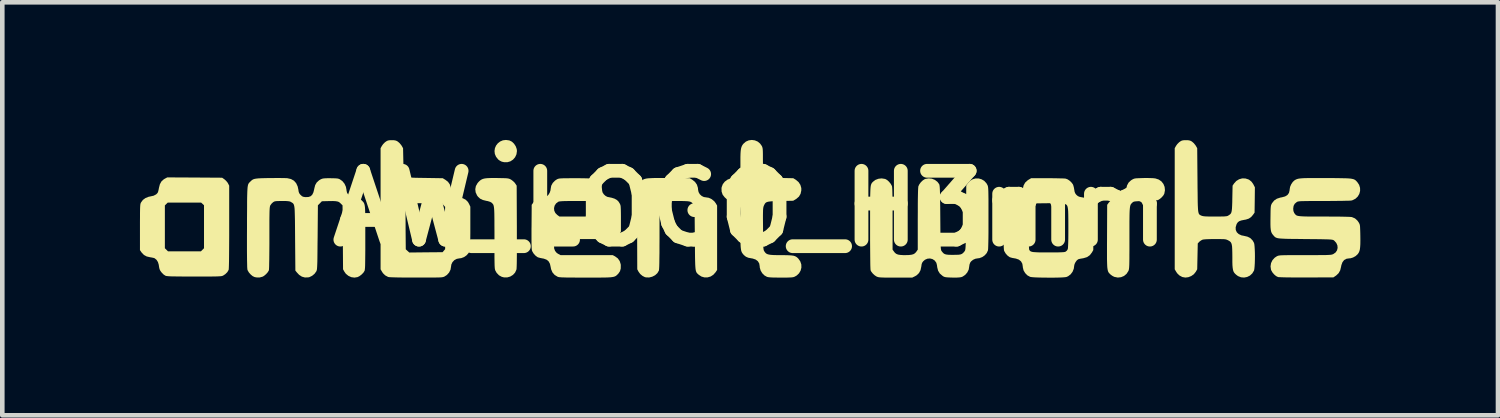
<source format=kicad_pcb>
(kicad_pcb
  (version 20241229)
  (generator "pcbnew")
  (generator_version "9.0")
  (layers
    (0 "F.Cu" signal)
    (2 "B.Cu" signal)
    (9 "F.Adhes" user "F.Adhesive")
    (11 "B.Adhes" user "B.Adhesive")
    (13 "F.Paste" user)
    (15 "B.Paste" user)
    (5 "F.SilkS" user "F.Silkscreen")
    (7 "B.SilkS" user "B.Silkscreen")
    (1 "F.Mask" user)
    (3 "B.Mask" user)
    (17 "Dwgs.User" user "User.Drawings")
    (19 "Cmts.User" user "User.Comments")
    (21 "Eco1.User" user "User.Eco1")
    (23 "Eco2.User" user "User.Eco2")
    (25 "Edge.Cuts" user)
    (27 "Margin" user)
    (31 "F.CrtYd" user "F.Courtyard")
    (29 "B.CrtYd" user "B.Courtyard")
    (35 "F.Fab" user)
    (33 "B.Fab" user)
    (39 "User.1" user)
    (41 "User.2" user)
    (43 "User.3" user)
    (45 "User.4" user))
  (footprint "AW_LOGO_H3mm"
    (layer "F.Cu")
    (at 13.296 1.494)
    (property "Reference" "AW_LOGO_H3mm" (at 0 0 0) (layer "F.SilkS") (effects (font (size 1.5 1.5) (thickness 0.3))))
    (attr board_only exclude_from_pos_files exclude_from_bom)
    (fp_poly (pts (xy -5.246 -1.484) (xy -5.244 -1.483) (xy -5.191 -1.457) (xy -5.144 -1.413) (xy -5.107 -1.357) (xy -5.085 -1.296) (xy -5.08 -1.253) (xy -5.091 -1.18) (xy -5.121 -1.116) (xy -5.166 -1.065) (xy -5.223 -1.028) (xy -5.288 -1.009) (xy -5.359 -1.009) (xy -5.411 -1.021) (xy -5.451 -1.041) (xy -5.487 -1.067) (xy -5.49 -1.07) (xy -5.536 -1.128) (xy -5.562 -1.19) (xy -5.569 -1.253) (xy -5.56 -1.315) (xy -5.535 -1.372) (xy -5.497 -1.421) (xy -5.447 -1.46) (xy -5.387 -1.486) (xy -5.32 -1.494)) (stroke (width 0) (type solid)) (fill yes) (layer "F.SilkS"))
    (fp_poly (pts (xy -5.49 -0.664) (xy -5.411 -0.662) (xy -5.352 -0.661) (xy -5.309 -0.659) (xy -5.277 -0.655) (xy -5.254 -0.65) (xy -5.235 -0.643) (xy -5.217 -0.634) (xy -5.205 -0.627) (xy -5.166 -0.598) (xy -5.13 -0.563) (xy -5.118 -0.546) (xy -5.086 -0.498) (xy -5.082 0.396) (xy -5.082 0.585) (xy -5.082 0.751) (xy -5.082 0.895) (xy -5.082 1.018) (xy -5.083 1.12) (xy -5.084 1.201) (xy -5.086 1.263) (xy -5.088 1.306) (xy -5.091 1.33) (xy -5.092 1.334) (xy -5.121 1.397) (xy -5.167 1.447) (xy -5.226 1.483) (xy -5.293 1.502) (xy -5.363 1.501) (xy -5.411 1.489) (xy -5.471 1.456) (xy -5.522 1.403) (xy -5.547 1.36) (xy -5.552 1.35) (xy -5.556 1.337) (xy -5.56 1.322) (xy -5.563 1.302) (xy -5.565 1.275) (xy -5.567 1.24) (xy -5.568 1.193) (xy -5.569 1.134) (xy -5.57 1.061) (xy -5.57 0.971) (xy -5.57 0.863) (xy -5.57 0.735) (xy -5.57 0.638) (xy -5.57 0.492) (xy -5.571 0.368) (xy -5.571 0.263) (xy -5.572 0.176) (xy -5.573 0.105) (xy -5.575 0.048) (xy -5.578 0.003) (xy -5.582 -0.032) (xy -5.587 -0.058) (xy -5.593 -0.077) (xy -5.6 -0.092) (xy -5.61 -0.104) (xy -5.621 -0.116) (xy -5.631 -0.126) (xy -5.664 -0.145) (xy -5.715 -0.161) (xy -5.748 -0.167) (xy -5.824 -0.186) (xy -5.882 -0.214) (xy -5.927 -0.255) (xy -5.949 -0.284) (xy -5.98 -0.352) (xy -5.988 -0.421) (xy -5.975 -0.489) (xy -5.939 -0.553) (xy -5.911 -0.585) (xy -5.883 -0.611) (xy -5.855 -0.63) (xy -5.822 -0.645) (xy -5.781 -0.655) (xy -5.73 -0.661) (xy -5.665 -0.664) (xy -5.583 -0.665)) (stroke (width 0) (type solid)) (fill yes) (layer "F.SilkS"))
    (fp_poly (pts (xy 8.722 -0.663) (xy 8.783 -0.661) (xy 8.827 -0.656) (xy 8.834 -0.655) (xy 8.907 -0.631) (xy 8.966 -0.59) (xy 9.009 -0.535) (xy 9.035 -0.47) (xy 9.042 -0.398) (xy 9.028 -0.323) (xy 9.008 -0.286) (xy 8.974 -0.246) (xy 8.933 -0.21) (xy 8.892 -0.185) (xy 8.889 -0.184) (xy 8.867 -0.179) (xy 8.825 -0.175) (xy 8.766 -0.171) (xy 8.693 -0.167) (xy 8.611 -0.164) (xy 8.529 -0.162) (xy 8.467 -0.16) (xy 8.421 -0.157) (xy 8.389 -0.154) (xy 8.368 -0.15) (xy 8.353 -0.144) (xy 8.341 -0.137) (xy 8.332 -0.128) (xy 8.319 -0.116) (xy 8.308 -0.104) (xy 8.298 -0.091) (xy 8.29 -0.074) (xy 8.284 -0.052) (xy 8.279 -0.023) (xy 8.275 0.015) (xy 8.272 0.064) (xy 8.27 0.125) (xy 8.269 0.201) (xy 8.268 0.294) (xy 8.268 0.405) (xy 8.268 0.536) (xy 8.268 0.645) (xy 8.268 0.787) (xy 8.268 0.908) (xy 8.267 1.01) (xy 8.267 1.094) (xy 8.266 1.162) (xy 8.265 1.216) (xy 8.263 1.258) (xy 8.261 1.291) (xy 8.258 1.315) (xy 8.255 1.333) (xy 8.251 1.347) (xy 8.247 1.358) (xy 8.246 1.361) (xy 8.205 1.424) (xy 8.15 1.47) (xy 8.085 1.497) (xy 8.014 1.505) (xy 7.94 1.49) (xy 7.937 1.489) (xy 7.899 1.47) (xy 7.861 1.443) (xy 7.852 1.435) (xy 7.837 1.42) (xy 7.824 1.406) (xy 7.813 1.392) (xy 7.804 1.374) (xy 7.797 1.352) (xy 7.791 1.323) (xy 7.786 1.286) (xy 7.783 1.239) (xy 7.781 1.18) (xy 7.779 1.107) (xy 7.779 1.019) (xy 7.779 0.913) (xy 7.779 0.787) (xy 7.78 0.641) (xy 7.78 0.611) (xy 7.783 -0.08) (xy 7.819 -0.13) (xy 7.871 -0.185) (xy 7.937 -0.222) (xy 8.02 -0.243) (xy 8.02 -0.243) (xy 8.087 -0.258) (xy 8.136 -0.283) (xy 8.169 -0.323) (xy 8.19 -0.379) (xy 8.198 -0.427) (xy 8.216 -0.503) (xy 8.249 -0.564) (xy 8.3 -0.612) (xy 8.323 -0.627) (xy 8.345 -0.639) (xy 8.365 -0.648) (xy 8.387 -0.654) (xy 8.417 -0.658) (xy 8.459 -0.66) (xy 8.515 -0.662) (xy 8.572 -0.664) (xy 8.65 -0.665)) (stroke (width 0) (type solid)) (fill yes) (layer "F.SilkS"))
    (fp_poly (pts (xy -12.103 -0.675) (xy -11.505 -0.671) (xy -11.455 -0.636) (xy -11.419 -0.604) (xy -11.387 -0.565) (xy -11.378 -0.55) (xy -11.351 -0.498) (xy -11.351 0.404) (xy -11.351 0.599) (xy -11.352 0.77) (xy -11.353 0.919) (xy -11.354 1.045) (xy -11.355 1.148) (xy -11.357 1.229) (xy -11.359 1.288) (xy -11.361 1.325) (xy -11.364 1.339) (xy -11.391 1.386) (xy -11.435 1.43) (xy -11.482 1.461) (xy -11.493 1.466) (xy -11.505 1.47) (xy -11.522 1.474) (xy -11.544 1.476) (xy -11.574 1.478) (xy -11.614 1.48) (xy -11.666 1.481) (xy -11.732 1.482) (xy -11.814 1.483) (xy -11.914 1.483) (xy -12.034 1.483) (xy -12.113 1.483) (xy -12.252 1.482) (xy -12.369 1.482) (xy -12.466 1.481) (xy -12.546 1.48) (xy -12.609 1.479) (xy -12.657 1.477) (xy -12.693 1.474) (xy -12.718 1.471) (xy -12.733 1.468) (xy -12.736 1.467) (xy -12.778 1.441) (xy -12.818 1.402) (xy -12.851 1.359) (xy -12.869 1.321) (xy -12.878 1.282) (xy -12.885 1.236) (xy -12.887 1.223) (xy -12.904 1.167) (xy -12.936 1.117) (xy -12.977 1.084) (xy -13.001 1.076) (xy -13.04 1.068) (xy -13.076 1.062) (xy -13.149 1.045) (xy -13.208 1.013) (xy -13.257 0.963) (xy -13.264 0.953) (xy -13.296 0.907) (xy -13.296 0.866) (xy -12.753 0.866) (xy -12.718 0.9) (xy -12.684 0.934) (xy -12.326 0.934) (xy -11.968 0.934) (xy -11.934 0.9) (xy -11.9 0.866) (xy -11.9 0.397) (xy -11.9 -0.071) (xy -11.931 -0.1) (xy -11.962 -0.128) (xy -12.326 -0.128) (xy -12.691 -0.128) (xy -12.722 -0.098) (xy -12.753 -0.067) (xy -12.753 0.4) (xy -12.753 0.866) (xy -13.296 0.866) (xy -13.296 0.41) (xy -13.296 0.289) (xy -13.295 0.189) (xy -13.295 0.108) (xy -13.294 0.043) (xy -13.293 -0.007) (xy -13.291 -0.045) (xy -13.289 -0.074) (xy -13.286 -0.095) (xy -13.282 -0.111) (xy -13.277 -0.124) (xy -13.271 -0.134) (xy -13.232 -0.187) (xy -13.176 -0.228) (xy -13.109 -0.255) (xy -13.07 -0.263) (xy -12.998 -0.279) (xy -12.943 -0.308) (xy -12.911 -0.341) (xy -12.9 -0.367) (xy -12.89 -0.407) (xy -12.882 -0.449) (xy -12.862 -0.528) (xy -12.828 -0.59) (xy -12.777 -0.636) (xy -12.753 -0.65) (xy -12.701 -0.678)) (stroke (width 0) (type solid)) (fill yes) (layer "F.SilkS"))
    (fp_poly (pts (xy -1.923 -0.665) (xy -1.803 -0.664) (xy -1.755 -0.663) (xy -1.314 -0.66) (xy -1.261 -0.629) (xy -1.2 -0.58) (xy -1.158 -0.52) (xy -1.136 -0.449) (xy -1.133 -0.41) (xy -1.122 -0.358) (xy -1.095 -0.311) (xy -1.054 -0.273) (xy -1.007 -0.25) (xy -0.975 -0.245) (xy -0.902 -0.234) (xy -0.835 -0.203) (xy -0.778 -0.156) (xy -0.747 -0.114) (xy -0.718 -0.064) (xy -0.718 0.637) (xy -0.718 1.339) (xy -0.75 1.388) (xy -0.8 1.444) (xy -0.859 1.482) (xy -0.925 1.501) (xy -0.993 1.502) (xy -1.059 1.483) (xy -1.116 1.446) (xy -1.132 1.432) (xy -1.146 1.419) (xy -1.158 1.406) (xy -1.168 1.391) (xy -1.176 1.372) (xy -1.183 1.347) (xy -1.188 1.315) (xy -1.192 1.272) (xy -1.195 1.219) (xy -1.197 1.152) (xy -1.199 1.07) (xy -1.2 0.971) (xy -1.201 0.853) (xy -1.202 0.715) (xy -1.203 0.642) (xy -1.209 -0.053) (xy -1.236 -0.091) (xy -1.253 -0.113) (xy -1.27 -0.13) (xy -1.291 -0.143) (xy -1.318 -0.152) (xy -1.356 -0.158) (xy -1.406 -0.161) (xy -1.472 -0.163) (xy -1.557 -0.163) (xy -1.591 -0.163) (xy -1.685 -0.163) (xy -1.76 -0.161) (xy -1.817 -0.158) (xy -1.859 -0.151) (xy -1.89 -0.141) (xy -1.913 -0.127) (xy -1.93 -0.107) (xy -1.944 -0.081) (xy -1.951 -0.067) (xy -1.955 -0.055) (xy -1.959 -0.042) (xy -1.963 -0.026) (xy -1.966 -0.004) (xy -1.968 0.025) (xy -1.97 0.063) (xy -1.971 0.113) (xy -1.972 0.175) (xy -1.973 0.253) (xy -1.973 0.347) (xy -1.973 0.46) (xy -1.973 0.594) (xy -1.973 0.65) (xy -1.974 0.817) (xy -1.974 0.962) (xy -1.976 1.084) (xy -1.977 1.184) (xy -1.979 1.261) (xy -1.982 1.314) (xy -1.985 1.345) (xy -1.986 1.351) (xy -2.019 1.408) (xy -2.069 1.454) (xy -2.131 1.486) (xy -2.198 1.503) (xy -2.268 1.501) (xy -2.293 1.495) (xy -2.344 1.469) (xy -2.393 1.428) (xy -2.43 1.378) (xy -2.432 1.374) (xy -2.458 1.325) (xy -2.461 0.446) (xy -2.462 0.262) (xy -2.462 0.1) (xy -2.462 -0.04) (xy -2.462 -0.159) (xy -2.461 -0.258) (xy -2.459 -0.338) (xy -2.458 -0.4) (xy -2.456 -0.445) (xy -2.453 -0.473) (xy -2.451 -0.482) (xy -2.428 -0.533) (xy -2.384 -0.585) (xy -2.384 -0.585) (xy -2.364 -0.605) (xy -2.344 -0.621) (xy -2.322 -0.634) (xy -2.296 -0.644) (xy -2.264 -0.652) (xy -2.222 -0.658) (xy -2.17 -0.661) (xy -2.104 -0.664) (xy -2.022 -0.665)) (stroke (width 0) (type solid)) (fill yes) (layer "F.SilkS"))
    (fp_poly (pts (xy -7.76 -1.488) (xy -7.726 -1.482) (xy -7.697 -1.471) (xy -7.675 -1.457) (xy -7.64 -1.427) (xy -7.607 -1.388) (xy -7.594 -1.37) (xy -7.562 -1.314) (xy -7.556 -1.039) (xy -7.554 -0.949) (xy -7.551 -0.88) (xy -7.549 -0.828) (xy -7.546 -0.791) (xy -7.542 -0.764) (xy -7.536 -0.746) (xy -7.53 -0.733) (xy -7.529 -0.733) (xy -7.518 -0.717) (xy -7.507 -0.704) (xy -7.492 -0.693) (xy -7.471 -0.685) (xy -7.442 -0.679) (xy -7.403 -0.675) (xy -7.35 -0.672) (xy -7.282 -0.669) (xy -7.196 -0.668) (xy -7.089 -0.666) (xy -7.077 -0.666) (xy -6.697 -0.66) (xy -6.642 -0.627) (xy -6.583 -0.582) (xy -6.543 -0.525) (xy -6.521 -0.454) (xy -6.517 -0.429) (xy -6.504 -0.36) (xy -6.482 -0.311) (xy -6.449 -0.277) (xy -6.401 -0.255) (xy -6.343 -0.243) (xy -6.261 -0.224) (xy -6.198 -0.192) (xy -6.15 -0.145) (xy -6.125 -0.102) (xy -6.096 -0.041) (xy -6.096 0.415) (xy -6.096 0.539) (xy -6.097 0.648) (xy -6.099 0.741) (xy -6.101 0.816) (xy -6.104 0.871) (xy -6.107 0.906) (xy -6.108 0.914) (xy -6.135 0.971) (xy -6.179 1.021) (xy -6.234 1.059) (xy -6.295 1.082) (xy -6.33 1.086) (xy -6.391 1.097) (xy -6.444 1.125) (xy -6.485 1.168) (xy -6.51 1.221) (xy -6.516 1.264) (xy -6.528 1.333) (xy -6.559 1.396) (xy -6.607 1.449) (xy -6.662 1.484) (xy -6.674 1.489) (xy -6.688 1.493) (xy -6.706 1.497) (xy -6.731 1.5) (xy -6.763 1.502) (xy -6.806 1.503) (xy -6.862 1.504) (xy -6.931 1.505) (xy -7.018 1.505) (xy -7.123 1.505) (xy -7.249 1.505) (xy -7.281 1.505) (xy -7.428 1.505) (xy -7.551 1.504) (xy -7.654 1.503) (xy -7.737 1.501) (xy -7.801 1.499) (xy -7.847 1.497) (xy -7.876 1.494) (xy -7.889 1.491) (xy -7.952 1.457) (xy -8 1.41) (xy -8.02 1.379) (xy -8.052 1.325) (xy -8.052 0.205) (xy -7.508 0.205) (xy -7.507 0.296) (xy -7.507 0.406) (xy -7.507 0.439) (xy -7.503 0.889) (xy -7.465 0.924) (xy -7.426 0.959) (xy -7.064 0.955) (xy -6.701 0.952) (xy -6.673 0.919) (xy -6.645 0.886) (xy -6.645 0.426) (xy -6.645 -0.035) (xy -6.679 -0.073) (xy -6.713 -0.111) (xy -7.052 -0.114) (xy -7.16 -0.115) (xy -7.247 -0.115) (xy -7.316 -0.114) (xy -7.37 -0.111) (xy -7.409 -0.106) (xy -7.439 -0.098) (xy -7.459 -0.088) (xy -7.474 -0.074) (xy -7.486 -0.057) (xy -7.491 -0.047) (xy -7.496 -0.036) (xy -7.5 -0.02) (xy -7.503 0.003) (xy -7.505 0.034) (xy -7.507 0.077) (xy -7.507 0.133) (xy -7.508 0.205) (xy -8.052 0.205) (xy -8.052 0.006) (xy -8.052 -1.314) (xy -8.023 -1.366) (xy -7.995 -1.405) (xy -7.958 -1.442) (xy -7.943 -1.453) (xy -7.913 -1.473) (xy -7.886 -1.483) (xy -7.853 -1.488) (xy -7.808 -1.489)) (stroke (width 0) (type solid)) (fill yes) (layer "F.SilkS"))
    (fp_poly (pts (xy 9.547 -1.488) (xy 9.581 -1.482) (xy 9.61 -1.471) (xy 9.632 -1.457) (xy 9.667 -1.427) (xy 9.7 -1.388) (xy 9.713 -1.37) (xy 9.745 -1.314) (xy 9.751 -0.618) (xy 9.752 -0.469) (xy 9.754 -0.341) (xy 9.755 -0.234) (xy 9.756 -0.144) (xy 9.758 -0.07) (xy 9.761 -0.011) (xy 9.764 0.035) (xy 9.769 0.071) (xy 9.775 0.097) (xy 9.782 0.116) (xy 9.791 0.129) (xy 9.802 0.138) (xy 9.815 0.146) (xy 9.83 0.153) (xy 9.837 0.156) (xy 9.854 0.162) (xy 9.877 0.167) (xy 9.908 0.171) (xy 9.951 0.173) (xy 10.01 0.175) (xy 10.087 0.175) (xy 10.133 0.175) (xy 10.217 0.175) (xy 10.282 0.174) (xy 10.33 0.173) (xy 10.364 0.17) (xy 10.389 0.167) (xy 10.407 0.162) (xy 10.421 0.155) (xy 10.425 0.152) (xy 10.448 0.137) (xy 10.467 0.122) (xy 10.481 0.104) (xy 10.491 0.079) (xy 10.498 0.045) (xy 10.503 -0.000475) (xy 10.506 -0.061) (xy 10.509 -0.14) (xy 10.51 -0.216) (xy 10.516 -0.498) (xy 10.548 -0.546) (xy 10.597 -0.6) (xy 10.657 -0.637) (xy 10.724 -0.656) (xy 10.794 -0.655) (xy 10.861 -0.634) (xy 10.881 -0.623) (xy 10.927 -0.586) (xy 10.963 -0.537) (xy 10.969 -0.526) (xy 11.002 -0.462) (xy 10.999 -0.186) (xy 10.995 0.09) (xy 10.961 0.138) (xy 10.92 0.186) (xy 10.87 0.22) (xy 10.806 0.241) (xy 10.771 0.247) (xy 10.707 0.26) (xy 10.662 0.276) (xy 10.631 0.299) (xy 10.608 0.332) (xy 10.603 0.342) (xy 10.583 0.408) (xy 10.585 0.467) (xy 10.608 0.518) (xy 10.649 0.557) (xy 10.709 0.585) (xy 10.76 0.595) (xy 10.841 0.614) (xy 10.906 0.648) (xy 10.954 0.698) (xy 10.983 0.75) (xy 10.99 0.779) (xy 10.995 0.827) (xy 10.999 0.89) (xy 11.002 0.962) (xy 11.003 1.039) (xy 11.002 1.117) (xy 11 1.191) (xy 10.996 1.257) (xy 10.991 1.31) (xy 10.985 1.346) (xy 10.983 1.352) (xy 10.945 1.415) (xy 10.894 1.462) (xy 10.833 1.492) (xy 10.767 1.505) (xy 10.699 1.499) (xy 10.634 1.473) (xy 10.596 1.445) (xy 10.57 1.421) (xy 10.55 1.397) (xy 10.535 1.37) (xy 10.525 1.337) (xy 10.518 1.294) (xy 10.513 1.239) (xy 10.511 1.167) (xy 10.511 1.076) (xy 10.511 1.057) (xy 10.51 0.962) (xy 10.508 0.887) (xy 10.505 0.83) (xy 10.498 0.787) (xy 10.488 0.755) (xy 10.474 0.732) (xy 10.454 0.714) (xy 10.429 0.699) (xy 10.416 0.692) (xy 10.397 0.683) (xy 10.378 0.676) (xy 10.355 0.671) (xy 10.324 0.668) (xy 10.281 0.667) (xy 10.223 0.666) (xy 10.146 0.666) (xy 10.137 0.666) (xy 10.063 0.666) (xy 9.995 0.668) (xy 9.937 0.67) (xy 9.893 0.674) (xy 9.868 0.677) (xy 9.867 0.677) (xy 9.832 0.694) (xy 9.797 0.719) (xy 9.791 0.725) (xy 9.757 0.761) (xy 9.751 1.043) (xy 9.745 1.325) (xy 9.713 1.381) (xy 9.671 1.433) (xy 9.615 1.472) (xy 9.552 1.497) (xy 9.487 1.505) (xy 9.425 1.494) (xy 9.418 1.492) (xy 9.356 1.458) (xy 9.309 1.412) (xy 9.287 1.379) (xy 9.255 1.325) (xy 9.255 0.006) (xy 9.255 -1.314) (xy 9.284 -1.366) (xy 9.312 -1.405) (xy 9.349 -1.442) (xy 9.364 -1.453) (xy 9.394 -1.473) (xy 9.421 -1.483) (xy 9.454 -1.488) (xy 9.499 -1.489)) (stroke (width 0) (type solid)) (fill yes) (layer "F.SilkS"))
    (fp_poly (pts (xy 6.573 -0.66) (xy 6.658 -0.659) (xy 6.735 -0.657) (xy 6.799 -0.656) (xy 6.847 -0.654) (xy 6.877 -0.651) (xy 6.882 -0.65) (xy 6.923 -0.634) (xy 6.968 -0.603) (xy 7.008 -0.564) (xy 7.037 -0.524) (xy 7.037 -0.524) (xy 7.047 -0.496) (xy 7.058 -0.454) (xy 7.065 -0.413) (xy 7.073 -0.366) (xy 7.085 -0.334) (xy 7.103 -0.308) (xy 7.115 -0.295) (xy 7.141 -0.273) (xy 7.17 -0.258) (xy 7.209 -0.248) (xy 7.235 -0.244) (xy 7.295 -0.232) (xy 7.34 -0.217) (xy 7.376 -0.195) (xy 7.411 -0.162) (xy 7.418 -0.154) (xy 7.435 -0.134) (xy 7.448 -0.114) (xy 7.46 -0.091) (xy 7.468 -0.064) (xy 7.475 -0.028) (xy 7.48 0.017) (xy 7.483 0.074) (xy 7.484 0.146) (xy 7.485 0.234) (xy 7.485 0.341) (xy 7.484 0.461) (xy 7.48 0.905) (xy 7.451 0.957) (xy 7.405 1.017) (xy 7.345 1.059) (xy 7.27 1.082) (xy 7.25 1.086) (xy 7.206 1.093) (xy 7.169 1.101) (xy 7.149 1.108) (xy 7.12 1.132) (xy 7.093 1.169) (xy 7.073 1.209) (xy 7.065 1.241) (xy 7.055 1.313) (xy 7.028 1.38) (xy 6.986 1.435) (xy 6.932 1.476) (xy 6.895 1.492) (xy 6.866 1.497) (xy 6.819 1.501) (xy 6.756 1.504) (xy 6.682 1.506) (xy 6.599 1.507) (xy 6.512 1.507) (xy 6.425 1.506) (xy 6.341 1.505) (xy 6.264 1.503) (xy 6.197 1.5) (xy 6.145 1.496) (xy 6.111 1.491) (xy 6.103 1.489) (xy 6.044 1.457) (xy 5.996 1.408) (xy 5.961 1.349) (xy 5.945 1.284) (xy 5.944 1.269) (xy 5.934 1.204) (xy 5.905 1.152) (xy 5.858 1.114) (xy 5.793 1.091) (xy 5.765 1.086) (xy 5.719 1.078) (xy 5.678 1.067) (xy 5.656 1.059) (xy 5.611 1.026) (xy 5.57 0.98) (xy 5.541 0.93) (xy 5.535 0.914) (xy 5.532 0.89) (xy 5.529 0.845) (xy 5.527 0.779) (xy 5.525 0.691) (xy 5.525 0.582) (xy 5.526 0.45) (xy 5.526 0.421) (xy 6.073 0.421) (xy 6.073 0.548) (xy 6.074 0.657) (xy 6.075 0.747) (xy 6.077 0.817) (xy 6.08 0.867) (xy 6.083 0.895) (xy 6.085 0.9) (xy 6.094 0.915) (xy 6.106 0.928) (xy 6.123 0.937) (xy 6.147 0.945) (xy 6.182 0.95) (xy 6.229 0.953) (xy 6.291 0.956) (xy 6.37 0.957) (xy 6.47 0.957) (xy 6.502 0.957) (xy 6.605 0.957) (xy 6.687 0.957) (xy 6.751 0.955) (xy 6.799 0.953) (xy 6.834 0.951) (xy 6.858 0.947) (xy 6.874 0.942) (xy 6.878 0.94) (xy 6.906 0.916) (xy 6.924 0.886) (xy 6.928 0.862) (xy 6.931 0.815) (xy 6.934 0.744) (xy 6.936 0.651) (xy 6.937 0.536) (xy 6.937 0.424) (xy 6.937 0.304) (xy 6.936 0.205) (xy 6.935 0.125) (xy 6.933 0.061) (xy 6.929 0.012) (xy 6.923 -0.024) (xy 6.916 -0.051) (xy 6.906 -0.07) (xy 6.894 -0.083) (xy 6.878 -0.092) (xy 6.86 -0.1) (xy 6.844 -0.106) (xy 6.822 -0.11) (xy 6.792 -0.113) (xy 6.751 -0.114) (xy 6.696 -0.115) (xy 6.624 -0.116) (xy 6.533 -0.115) (xy 6.479 -0.115) (xy 6.141 -0.111) (xy 6.107 -0.073) (xy 6.073 -0.035) (xy 6.073 0.421) (xy 5.526 0.421) (xy 5.526 0.396) (xy 5.53 -0.078) (xy 5.561 -0.126) (xy 5.609 -0.178) (xy 5.672 -0.217) (xy 5.744 -0.239) (xy 5.759 -0.241) (xy 5.828 -0.256) (xy 5.88 -0.283) (xy 5.915 -0.325) (xy 5.937 -0.384) (xy 5.944 -0.428) (xy 5.962 -0.504) (xy 5.996 -0.565) (xy 6.048 -0.613) (xy 6.069 -0.627) (xy 6.125 -0.66) (xy 6.481 -0.66)) (stroke (width 0) (type solid)) (fill yes) (layer "F.SilkS"))
    (fp_poly (pts (xy 0.104 -1.485) (xy 0.166 -1.459) (xy 0.219 -1.415) (xy 0.254 -1.366) (xy 0.263 -1.348) (xy 0.269 -1.33) (xy 0.274 -1.308) (xy 0.277 -1.279) (xy 0.279 -1.238) (xy 0.28 -1.184) (xy 0.28 -1.111) (xy 0.28 -1.07) (xy 0.281 -0.993) (xy 0.282 -0.923) (xy 0.285 -0.862) (xy 0.288 -0.814) (xy 0.291 -0.785) (xy 0.292 -0.782) (xy 0.308 -0.746) (xy 0.334 -0.711) (xy 0.339 -0.706) (xy 0.375 -0.671) (xy 0.659 -0.666) (xy 0.942 -0.66) (xy 0.999 -0.625) (xy 1.057 -0.576) (xy 1.097 -0.515) (xy 1.117 -0.445) (xy 1.117 -0.393) (xy 1.101 -0.32) (xy 1.066 -0.26) (xy 1.01 -0.211) (xy 0.996 -0.202) (xy 0.94 -0.169) (xy 0.665 -0.163) (xy 0.57 -0.161) (xy 0.495 -0.159) (xy 0.438 -0.154) (xy 0.395 -0.148) (xy 0.364 -0.139) (xy 0.342 -0.126) (xy 0.326 -0.109) (xy 0.313 -0.086) (xy 0.302 -0.063) (xy 0.296 -0.049) (xy 0.292 -0.034) (xy 0.288 -0.015) (xy 0.285 0.01) (xy 0.283 0.044) (xy 0.282 0.089) (xy 0.281 0.146) (xy 0.281 0.22) (xy 0.282 0.312) (xy 0.283 0.424) (xy 0.283 0.441) (xy 0.284 0.555) (xy 0.284 0.649) (xy 0.285 0.724) (xy 0.287 0.783) (xy 0.288 0.828) (xy 0.291 0.862) (xy 0.294 0.886) (xy 0.297 0.904) (xy 0.302 0.917) (xy 0.308 0.929) (xy 0.313 0.936) (xy 0.33 0.96) (xy 0.349 0.979) (xy 0.374 0.993) (xy 0.407 1.003) (xy 0.452 1.01) (xy 0.511 1.014) (xy 0.588 1.016) (xy 0.68 1.016) (xy 0.774 1.017) (xy 0.847 1.019) (xy 0.904 1.023) (xy 0.948 1.029) (xy 0.982 1.04) (xy 1.009 1.054) (xy 1.033 1.073) (xy 1.053 1.093) (xy 1.095 1.153) (xy 1.117 1.219) (xy 1.119 1.287) (xy 1.102 1.353) (xy 1.068 1.412) (xy 1.016 1.461) (xy 0.975 1.484) (xy 0.957 1.492) (xy 0.936 1.497) (xy 0.909 1.501) (xy 0.872 1.503) (xy 0.822 1.505) (xy 0.755 1.506) (xy 0.671 1.506) (xy 0.576 1.505) (xy 0.501 1.504) (xy 0.444 1.501) (xy 0.403 1.497) (xy 0.375 1.491) (xy 0.368 1.489) (xy 0.313 1.458) (xy 0.266 1.411) (xy 0.231 1.352) (xy 0.212 1.287) (xy 0.21 1.258) (xy 0.2 1.198) (xy 0.17 1.149) (xy 0.121 1.112) (xy 0.056 1.09) (xy 0.031 1.086) (xy -0.038 1.073) (xy -0.09 1.051) (xy -0.133 1.016) (xy -0.149 0.998) (xy -0.164 0.979) (xy -0.176 0.961) (xy -0.186 0.939) (xy -0.194 0.914) (xy -0.199 0.881) (xy -0.204 0.838) (xy -0.207 0.784) (xy -0.209 0.716) (xy -0.21 0.631) (xy -0.21 0.528) (xy -0.21 0.415) (xy -0.21 0.298) (xy -0.211 0.203) (xy -0.211 0.126) (xy -0.212 0.065) (xy -0.214 0.018) (xy -0.216 -0.016) (xy -0.219 -0.042) (xy -0.223 -0.061) (xy -0.228 -0.074) (xy -0.23 -0.078) (xy -0.259 -0.12) (xy -0.302 -0.148) (xy -0.362 -0.164) (xy -0.386 -0.168) (xy -0.44 -0.175) (xy -0.48 -0.189) (xy -0.516 -0.211) (xy -0.552 -0.243) (xy -0.597 -0.301) (xy -0.62 -0.368) (xy -0.622 -0.443) (xy -0.618 -0.467) (xy -0.593 -0.532) (xy -0.55 -0.586) (xy -0.492 -0.629) (xy -0.424 -0.656) (xy -0.349 -0.666) (xy -0.307 -0.676) (xy -0.266 -0.703) (xy -0.235 -0.74) (xy -0.226 -0.755) (xy -0.22 -0.771) (xy -0.216 -0.792) (xy -0.213 -0.822) (xy -0.211 -0.864) (xy -0.21 -0.921) (xy -0.21 -0.997) (xy -0.21 -1.021) (xy -0.21 -1.118) (xy -0.208 -1.195) (xy -0.204 -1.256) (xy -0.197 -1.303) (xy -0.187 -1.34) (xy -0.174 -1.37) (xy -0.156 -1.397) (xy -0.145 -1.411) (xy -0.091 -1.458) (xy -0.029 -1.485) (xy 0.038 -1.494)) (stroke (width 0) (type solid)) (fill yes) (layer "F.SilkS"))
    (fp_poly (pts (xy -3.716 -0.66) (xy -3.63 -0.659) (xy -3.554 -0.657) (xy -3.489 -0.656) (xy -3.441 -0.653) (xy -3.411 -0.651) (xy -3.406 -0.65) (xy -3.36 -0.631) (xy -3.314 -0.595) (xy -3.274 -0.549) (xy -3.245 -0.5) (xy -3.237 -0.476) (xy -3.228 -0.435) (xy -3.224 -0.397) (xy -3.223 -0.386) (xy -3.213 -0.348) (xy -3.187 -0.309) (xy -3.151 -0.276) (xy -3.111 -0.254) (xy -3.097 -0.251) (xy -3.014 -0.234) (xy -2.952 -0.214) (xy -2.904 -0.187) (xy -2.867 -0.152) (xy -2.838 -0.105) (xy -2.837 -0.104) (xy -2.83 -0.088) (xy -2.824 -0.07) (xy -2.82 -0.046) (xy -2.818 -0.014) (xy -2.816 0.03) (xy -2.815 0.089) (xy -2.814 0.166) (xy -2.814 0.22) (xy -2.814 0.5) (xy -2.852 0.556) (xy -2.894 0.604) (xy -2.941 0.638) (xy -2.942 0.639) (xy -2.993 0.666) (xy -3.561 0.666) (xy -3.691 0.666) (xy -3.8 0.666) (xy -3.89 0.667) (xy -3.963 0.667) (xy -4.021 0.669) (xy -4.067 0.67) (xy -4.101 0.672) (xy -4.127 0.675) (xy -4.146 0.678) (xy -4.161 0.682) (xy -4.174 0.687) (xy -4.177 0.688) (xy -4.225 0.721) (xy -4.257 0.766) (xy -4.272 0.818) (xy -4.269 0.871) (xy -4.25 0.923) (xy -4.214 0.967) (xy -4.181 0.989) (xy -4.13 1.016) (xy -3.562 1.016) (xy -2.993 1.016) (xy -2.942 1.043) (xy -2.882 1.087) (xy -2.841 1.145) (xy -2.819 1.215) (xy -2.817 1.237) (xy -2.818 1.308) (xy -2.834 1.366) (xy -2.867 1.415) (xy -2.876 1.425) (xy -2.893 1.442) (xy -2.909 1.457) (xy -2.926 1.47) (xy -2.946 1.48) (xy -2.97 1.488) (xy -3.001 1.494) (xy -3.041 1.499) (xy -3.093 1.502) (xy -3.157 1.504) (xy -3.237 1.505) (xy -3.333 1.506) (xy -3.45 1.506) (xy -3.579 1.506) (xy -3.713 1.506) (xy -3.825 1.505) (xy -3.918 1.505) (xy -3.994 1.504) (xy -4.054 1.502) (xy -4.101 1.501) (xy -4.136 1.498) (xy -4.161 1.496) (xy -4.179 1.492) (xy -4.192 1.488) (xy -4.192 1.488) (xy -4.258 1.448) (xy -4.306 1.393) (xy -4.336 1.323) (xy -4.345 1.276) (xy -4.361 1.205) (xy -4.39 1.152) (xy -4.435 1.115) (xy -4.497 1.092) (xy -4.527 1.087) (xy -4.572 1.078) (xy -4.613 1.067) (xy -4.633 1.059) (xy -4.677 1.026) (xy -4.718 0.98) (xy -4.747 0.931) (xy -4.753 0.914) (xy -4.757 0.889) (xy -4.76 0.844) (xy -4.762 0.776) (xy -4.763 0.687) (xy -4.763 0.575) (xy -4.763 0.44) (xy -4.762 0.395) (xy -4.759 -0.008) (xy -4.272 -0.008) (xy -4.267 0.047) (xy -4.243 0.098) (xy -4.202 0.14) (xy -4.154 0.175) (xy -3.791 0.175) (xy -3.689 0.175) (xy -3.607 0.175) (xy -3.544 0.174) (xy -3.495 0.173) (xy -3.46 0.171) (xy -3.434 0.168) (xy -3.416 0.164) (xy -3.402 0.159) (xy -3.39 0.152) (xy -3.389 0.152) (xy -3.342 0.112) (xy -3.315 0.062) (xy -3.308 -0.000063) (xy -3.308 -0.011) (xy -3.313 -0.05) (xy -3.324 -0.078) (xy -3.346 -0.104) (xy -3.361 -0.119) (xy -3.409 -0.163) (xy -3.778 -0.163) (xy -3.885 -0.163) (xy -3.971 -0.163) (xy -4.038 -0.162) (xy -4.089 -0.16) (xy -4.127 -0.157) (xy -4.154 -0.154) (xy -4.172 -0.15) (xy -4.18 -0.146) (xy -4.228 -0.11) (xy -4.259 -0.062) (xy -4.272 -0.008) (xy -4.759 -0.008) (xy -4.759 -0.08) (xy -4.723 -0.13) (xy -4.672 -0.185) (xy -4.605 -0.222) (xy -4.522 -0.243) (xy -4.522 -0.243) (xy -4.478 -0.252) (xy -4.439 -0.264) (xy -4.42 -0.273) (xy -4.391 -0.303) (xy -4.365 -0.347) (xy -4.349 -0.396) (xy -4.345 -0.43) (xy -4.333 -0.496) (xy -4.3 -0.557) (xy -4.249 -0.609) (xy -4.21 -0.635) (xy -4.196 -0.642) (xy -4.181 -0.647) (xy -4.163 -0.652) (xy -4.138 -0.655) (xy -4.105 -0.657) (xy -4.059 -0.659) (xy -4 -0.659) (xy -3.922 -0.66) (xy -3.825 -0.66) (xy -3.807 -0.66)) (stroke (width 0) (type solid)) (fill yes) (layer "F.SilkS"))
    (fp_poly (pts (xy 12.471 -0.664) (xy 12.567 -0.663) (xy 12.699 -0.663) (xy 12.81 -0.662) (xy 12.902 -0.66) (xy 12.977 -0.659) (xy 13.037 -0.656) (xy 13.085 -0.652) (xy 13.122 -0.646) (xy 13.15 -0.639) (xy 13.172 -0.63) (xy 13.19 -0.619) (xy 13.206 -0.605) (xy 13.222 -0.588) (xy 13.234 -0.575) (xy 13.274 -0.515) (xy 13.294 -0.449) (xy 13.295 -0.383) (xy 13.278 -0.319) (xy 13.244 -0.261) (xy 13.195 -0.214) (xy 13.133 -0.182) (xy 13.106 -0.174) (xy 13.086 -0.172) (xy 13.045 -0.17) (xy 12.985 -0.169) (xy 12.909 -0.167) (xy 12.821 -0.166) (xy 12.721 -0.165) (xy 12.613 -0.164) (xy 12.507 -0.164) (xy 12.379 -0.164) (xy 12.272 -0.163) (xy 12.184 -0.163) (xy 12.113 -0.162) (xy 12.057 -0.161) (xy 12.014 -0.16) (xy 11.981 -0.158) (xy 11.958 -0.155) (xy 11.941 -0.152) (xy 11.928 -0.148) (xy 11.919 -0.143) (xy 11.915 -0.141) (xy 11.87 -0.103) (xy 11.845 -0.056) (xy 11.837 0.005) (xy 11.837 0.005) (xy 11.842 0.056) (xy 11.858 0.095) (xy 11.863 0.103) (xy 11.875 0.119) (xy 11.886 0.132) (xy 11.899 0.144) (xy 11.915 0.153) (xy 11.937 0.16) (xy 11.966 0.165) (xy 12.005 0.169) (xy 12.056 0.172) (xy 12.121 0.174) (xy 12.202 0.175) (xy 12.3 0.175) (xy 12.418 0.175) (xy 12.515 0.175) (xy 12.667 0.176) (xy 12.798 0.176) (xy 12.908 0.178) (xy 12.995 0.18) (xy 13.06 0.182) (xy 13.103 0.185) (xy 13.119 0.188) (xy 13.184 0.216) (xy 13.236 0.263) (xy 13.265 0.304) (xy 13.275 0.322) (xy 13.283 0.339) (xy 13.289 0.36) (xy 13.293 0.386) (xy 13.295 0.422) (xy 13.297 0.472) (xy 13.299 0.539) (xy 13.3 0.596) (xy 13.301 0.696) (xy 13.3 0.777) (xy 13.296 0.84) (xy 13.29 0.89) (xy 13.28 0.929) (xy 13.266 0.961) (xy 13.248 0.988) (xy 13.243 0.995) (xy 13.197 1.037) (xy 13.141 1.068) (xy 13.084 1.085) (xy 13.064 1.086) (xy 12.999 1.095) (xy 12.948 1.122) (xy 12.911 1.169) (xy 12.887 1.234) (xy 12.88 1.27) (xy 12.861 1.348) (xy 12.827 1.409) (xy 12.776 1.458) (xy 12.762 1.468) (xy 12.713 1.501) (xy 12.129 1.503) (xy 11.996 1.503) (xy 11.876 1.503) (xy 11.77 1.502) (xy 11.679 1.501) (xy 11.605 1.499) (xy 11.55 1.497) (xy 11.515 1.495) (xy 11.505 1.493) (xy 11.463 1.472) (xy 11.421 1.436) (xy 11.383 1.391) (xy 11.357 1.344) (xy 11.353 1.333) (xy 11.343 1.261) (xy 11.354 1.19) (xy 11.385 1.126) (xy 11.433 1.073) (xy 11.479 1.042) (xy 11.492 1.036) (xy 11.504 1.031) (xy 11.518 1.027) (xy 11.537 1.024) (xy 11.562 1.021) (xy 11.596 1.019) (xy 11.64 1.018) (xy 11.698 1.017) (xy 11.77 1.016) (xy 11.859 1.016) (xy 11.967 1.016) (xy 12.096 1.016) (xy 12.097 1.016) (xy 12.227 1.016) (xy 12.336 1.016) (xy 12.426 1.015) (xy 12.498 1.015) (xy 12.556 1.014) (xy 12.6 1.012) (xy 12.635 1.01) (xy 12.66 1.008) (xy 12.679 1.004) (xy 12.693 1) (xy 12.706 0.995) (xy 12.711 0.993) (xy 12.761 0.958) (xy 12.792 0.912) (xy 12.805 0.859) (xy 12.8 0.804) (xy 12.776 0.75) (xy 12.734 0.703) (xy 12.725 0.696) (xy 12.717 0.69) (xy 12.707 0.686) (xy 12.695 0.682) (xy 12.676 0.679) (xy 12.651 0.676) (xy 12.616 0.674) (xy 12.569 0.672) (xy 12.509 0.671) (xy 12.434 0.669) (xy 12.341 0.668) (xy 12.229 0.667) (xy 12.101 0.666) (xy 11.964 0.664) (xy 11.848 0.663) (xy 11.752 0.662) (xy 11.673 0.66) (xy 11.609 0.657) (xy 11.558 0.654) (xy 11.519 0.65) (xy 11.489 0.644) (xy 11.466 0.636) (xy 11.448 0.627) (xy 11.433 0.615) (xy 11.419 0.601) (xy 11.405 0.584) (xy 11.4 0.579) (xy 11.381 0.555) (xy 11.366 0.529) (xy 11.355 0.499) (xy 11.348 0.461) (xy 11.343 0.411) (xy 11.341 0.348) (xy 11.341 0.267) (xy 11.342 0.188) (xy 11.343 0.105) (xy 11.344 0.042) (xy 11.346 -0.005) (xy 11.349 -0.039) (xy 11.353 -0.064) (xy 11.359 -0.083) (xy 11.367 -0.1) (xy 11.377 -0.119) (xy 11.378 -0.119) (xy 11.422 -0.174) (xy 11.48 -0.213) (xy 11.556 -0.238) (xy 11.59 -0.244) (xy 11.66 -0.263) (xy 11.712 -0.295) (xy 11.745 -0.341) (xy 11.759 -0.401) (xy 11.76 -0.418) (xy 11.769 -0.471) (xy 11.793 -0.527) (xy 11.827 -0.578) (xy 11.862 -0.611) (xy 11.882 -0.624) (xy 11.902 -0.634) (xy 11.925 -0.643) (xy 11.953 -0.65) (xy 11.989 -0.655) (xy 12.034 -0.659) (xy 12.09 -0.662) (xy 12.16 -0.663) (xy 12.245 -0.664) (xy 12.348 -0.664)) (stroke (width 0) (type solid)) (fill yes) (layer "F.SilkS"))
    (fp_poly (pts (xy 3.963 -0.65) (xy 4.029 -0.623) (xy 4.085 -0.58) (xy 4.121 -0.531) (xy 4.125 -0.522) (xy 4.128 -0.509) (xy 4.131 -0.49) (xy 4.134 -0.463) (xy 4.136 -0.427) (xy 4.138 -0.38) (xy 4.14 -0.319) (xy 4.141 -0.244) (xy 4.142 -0.153) (xy 4.144 -0.043) (xy 4.145 0.087) (xy 4.146 0.201) (xy 4.147 0.346) (xy 4.148 0.469) (xy 4.149 0.573) (xy 4.15 0.659) (xy 4.152 0.729) (xy 4.153 0.784) (xy 4.155 0.828) (xy 4.157 0.86) (xy 4.16 0.884) (xy 4.163 0.901) (xy 4.166 0.913) (xy 4.17 0.922) (xy 4.175 0.929) (xy 4.176 0.93) (xy 4.2 0.96) (xy 4.223 0.982) (xy 4.25 0.996) (xy 4.284 1.004) (xy 4.331 1.009) (xy 4.396 1.01) (xy 4.426 1.01) (xy 4.498 1.009) (xy 4.551 1.007) (xy 4.59 1) (xy 4.619 0.988) (xy 4.643 0.969) (xy 4.667 0.943) (xy 4.676 0.93) (xy 4.681 0.922) (xy 4.686 0.914) (xy 4.689 0.902) (xy 4.692 0.886) (xy 4.695 0.862) (xy 4.697 0.83) (xy 4.699 0.788) (xy 4.7 0.733) (xy 4.702 0.664) (xy 4.703 0.579) (xy 4.704 0.477) (xy 4.705 0.355) (xy 4.706 0.211) (xy 4.706 0.2) (xy 4.712 -0.498) (xy 4.744 -0.546) (xy 4.793 -0.601) (xy 4.851 -0.637) (xy 4.915 -0.655) (xy 4.981 -0.655) (xy 5.045 -0.637) (xy 5.103 -0.603) (xy 5.151 -0.551) (xy 5.174 -0.511) (xy 5.179 -0.499) (xy 5.183 -0.486) (xy 5.186 -0.47) (xy 5.189 -0.448) (xy 5.191 -0.419) (xy 5.193 -0.381) (xy 5.194 -0.332) (xy 5.195 -0.27) (xy 5.196 -0.193) (xy 5.196 -0.099) (xy 5.196 0.014) (xy 5.196 0.147) (xy 5.196 0.204) (xy 5.196 0.365) (xy 5.196 0.506) (xy 5.195 0.628) (xy 5.193 0.729) (xy 5.191 0.809) (xy 5.189 0.868) (xy 5.186 0.904) (xy 5.184 0.914) (xy 5.158 0.971) (xy 5.114 1.021) (xy 5.059 1.059) (xy 4.998 1.082) (xy 4.963 1.086) (xy 4.911 1.095) (xy 4.86 1.118) (xy 4.818 1.152) (xy 4.798 1.179) (xy 4.783 1.22) (xy 4.776 1.263) (xy 4.776 1.267) (xy 4.765 1.332) (xy 4.734 1.394) (xy 4.689 1.446) (xy 4.633 1.484) (xy 4.604 1.495) (xy 4.57 1.501) (xy 4.516 1.505) (xy 4.448 1.506) (xy 4.401 1.505) (xy 4.337 1.503) (xy 4.291 1.5) (xy 4.259 1.496) (xy 4.235 1.49) (xy 4.215 1.481) (xy 4.195 1.468) (xy 4.136 1.417) (xy 4.098 1.355) (xy 4.079 1.28) (xy 4.079 1.277) (xy 4.073 1.234) (xy 4.063 1.195) (xy 4.057 1.178) (xy 4.022 1.132) (xy 3.975 1.102) (xy 3.921 1.089) (xy 3.865 1.094) (xy 3.812 1.117) (xy 3.775 1.149) (xy 3.753 1.178) (xy 3.74 1.211) (xy 3.733 1.258) (xy 3.732 1.265) (xy 3.715 1.344) (xy 3.682 1.406) (xy 3.633 1.454) (xy 3.596 1.476) (xy 3.534 1.506) (xy 3.171 1.506) (xy 3.068 1.506) (xy 2.985 1.506) (xy 2.921 1.505) (xy 2.871 1.503) (xy 2.834 1.501) (xy 2.807 1.498) (xy 2.786 1.493) (xy 2.77 1.488) (xy 2.762 1.485) (xy 2.719 1.458) (xy 2.676 1.419) (xy 2.642 1.376) (xy 2.627 1.347) (xy 2.625 1.33) (xy 2.623 1.292) (xy 2.621 1.233) (xy 2.62 1.155) (xy 2.619 1.059) (xy 2.618 0.948) (xy 2.617 0.821) (xy 2.616 0.682) (xy 2.616 0.531) (xy 2.616 0.425) (xy 2.616 0.255) (xy 2.616 0.107) (xy 2.616 -0.021) (xy 2.617 -0.131) (xy 2.617 -0.224) (xy 2.619 -0.301) (xy 2.621 -0.364) (xy 2.623 -0.416) (xy 2.626 -0.457) (xy 2.63 -0.489) (xy 2.635 -0.513) (xy 2.642 -0.532) (xy 2.649 -0.547) (xy 2.657 -0.559) (xy 2.667 -0.57) (xy 2.678 -0.582) (xy 2.731 -0.623) (xy 2.797 -0.648) (xy 2.868 -0.656) (xy 2.94 -0.645) (xy 2.947 -0.643) (xy 2.987 -0.621) (xy 3.028 -0.584) (xy 3.064 -0.54) (xy 3.089 -0.496) (xy 3.094 -0.483) (xy 3.097 -0.459) (xy 3.1 -0.413) (xy 3.102 -0.344) (xy 3.104 -0.252) (xy 3.105 -0.138) (xy 3.106 -0.003) (xy 3.106 0.154) (xy 3.106 0.229) (xy 3.106 0.896) (xy 3.133 0.934) (xy 3.158 0.966) (xy 3.188 0.989) (xy 3.225 1.004) (xy 3.275 1.012) (xy 3.342 1.016) (xy 3.381 1.016) (xy 3.457 1.014) (xy 3.514 1.008) (xy 3.557 0.997) (xy 3.59 0.978) (xy 3.617 0.951) (xy 3.629 0.934) (xy 3.655 0.896) (xy 3.655 0.229) (xy 3.656 0.063) (xy 3.656 -0.082) (xy 3.657 -0.205) (xy 3.659 -0.307) (xy 3.661 -0.386) (xy 3.664 -0.442) (xy 3.667 -0.476) (xy 3.668 -0.483) (xy 3.689 -0.527) (xy 3.723 -0.573) (xy 3.765 -0.613) (xy 3.807 -0.64) (xy 3.817 -0.644) (xy 3.891 -0.657)) (stroke (width 0) (type solid)) (fill yes) (layer "F.SilkS"))
    (fp_poly (pts (xy -10.218 -0.664) (xy -10.154 -0.663) (xy -10.106 -0.662) (xy -10.082 -0.66) (xy -10.004 -0.642) (xy -9.94 -0.606) (xy -9.892 -0.552) (xy -9.859 -0.481) (xy -9.844 -0.412) (xy -9.837 -0.366) (xy -9.826 -0.335) (xy -9.808 -0.31) (xy -9.794 -0.294) (xy -9.766 -0.269) (xy -9.74 -0.256) (xy -9.704 -0.25) (xy -9.685 -0.248) (xy -9.624 -0.251) (xy -9.577 -0.267) (xy -9.541 -0.301) (xy -9.516 -0.352) (xy -9.498 -0.424) (xy -9.496 -0.437) (xy -9.477 -0.51) (xy -9.444 -0.567) (xy -9.394 -0.613) (xy -9.365 -0.631) (xy -9.343 -0.642) (xy -9.321 -0.65) (xy -9.296 -0.655) (xy -9.262 -0.658) (xy -9.214 -0.66) (xy -9.15 -0.66) (xy -9.081 -0.659) (xy -9.03 -0.657) (xy -8.994 -0.654) (xy -8.967 -0.648) (xy -8.945 -0.639) (xy -8.942 -0.638) (xy -8.884 -0.597) (xy -8.838 -0.54) (xy -8.807 -0.472) (xy -8.794 -0.4) (xy -8.794 -0.391) (xy -8.783 -0.343) (xy -8.754 -0.3) (xy -8.714 -0.266) (xy -8.666 -0.247) (xy -8.646 -0.245) (xy -8.587 -0.238) (xy -8.529 -0.218) (xy -8.478 -0.19) (xy -8.459 -0.173) (xy -8.444 -0.157) (xy -8.431 -0.143) (xy -8.42 -0.129) (xy -8.411 -0.112) (xy -8.404 -0.092) (xy -8.398 -0.066) (xy -8.393 -0.032) (xy -8.39 0.011) (xy -8.388 0.066) (xy -8.386 0.135) (xy -8.385 0.218) (xy -8.385 0.319) (xy -8.385 0.438) (xy -8.385 0.579) (xy -8.385 0.63) (xy -8.385 0.781) (xy -8.385 0.91) (xy -8.386 1.019) (xy -8.387 1.109) (xy -8.388 1.183) (xy -8.389 1.241) (xy -8.391 1.286) (xy -8.394 1.319) (xy -8.397 1.342) (xy -8.4 1.356) (xy -8.401 1.358) (xy -8.426 1.398) (xy -8.466 1.439) (xy -8.512 1.474) (xy -8.554 1.495) (xy -8.622 1.506) (xy -8.691 1.496) (xy -8.754 1.467) (xy -8.809 1.422) (xy -8.84 1.378) (xy -8.87 1.325) (xy -8.875 0.628) (xy -8.881 -0.069) (xy -8.915 -0.103) (xy -8.94 -0.127) (xy -8.965 -0.144) (xy -8.996 -0.154) (xy -9.036 -0.16) (xy -9.09 -0.163) (xy -9.162 -0.162) (xy -9.172 -0.162) (xy -9.331 -0.158) (xy -9.374 -0.114) (xy -9.418 -0.07) (xy -9.424 0.628) (xy -9.426 0.773) (xy -9.427 0.897) (xy -9.428 1.001) (xy -9.429 1.087) (xy -9.43 1.157) (xy -9.432 1.214) (xy -9.434 1.258) (xy -9.436 1.292) (xy -9.438 1.317) (xy -9.441 1.336) (xy -9.445 1.35) (xy -9.449 1.362) (xy -9.454 1.372) (xy -9.454 1.372) (xy -9.492 1.424) (xy -9.543 1.466) (xy -9.601 1.495) (xy -9.629 1.501) (xy -9.702 1.503) (xy -9.767 1.485) (xy -9.827 1.446) (xy -9.873 1.397) (xy -9.909 1.353) (xy -9.915 0.65) (xy -9.916 0.5) (xy -9.917 0.372) (xy -9.918 0.264) (xy -9.92 0.174) (xy -9.922 0.1) (xy -9.924 0.04) (xy -9.927 -0.007) (xy -9.932 -0.043) (xy -9.938 -0.07) (xy -9.945 -0.09) (xy -9.954 -0.105) (xy -9.964 -0.116) (xy -9.977 -0.125) (xy -9.992 -0.134) (xy -10.002 -0.14) (xy -10.02 -0.15) (xy -10.042 -0.156) (xy -10.071 -0.16) (xy -10.112 -0.163) (xy -10.17 -0.163) (xy -10.198 -0.163) (xy -10.262 -0.163) (xy -10.308 -0.162) (xy -10.34 -0.159) (xy -10.363 -0.154) (xy -10.381 -0.145) (xy -10.394 -0.137) (xy -10.426 -0.108) (xy -10.452 -0.073) (xy -10.454 -0.07) (xy -10.458 -0.061) (xy -10.462 -0.049) (xy -10.465 -0.033) (xy -10.468 -0.011) (xy -10.47 0.018) (xy -10.472 0.057) (xy -10.473 0.107) (xy -10.474 0.171) (xy -10.475 0.25) (xy -10.475 0.346) (xy -10.475 0.461) (xy -10.475 0.597) (xy -10.475 0.644) (xy -10.475 0.777) (xy -10.476 0.901) (xy -10.477 1.014) (xy -10.478 1.113) (xy -10.48 1.197) (xy -10.481 1.264) (xy -10.483 1.313) (xy -10.485 1.341) (xy -10.486 1.347) (xy -10.51 1.388) (xy -10.547 1.43) (xy -10.591 1.467) (xy -10.621 1.485) (xy -10.687 1.503) (xy -10.759 1.502) (xy -10.8 1.493) (xy -10.841 1.473) (xy -10.883 1.438) (xy -10.921 1.395) (xy -10.947 1.351) (xy -10.954 1.333) (xy -10.956 1.313) (xy -10.959 1.273) (xy -10.96 1.214) (xy -10.962 1.135) (xy -10.963 1.034) (xy -10.964 0.913) (xy -10.964 0.77) (xy -10.964 0.604) (xy -10.963 0.416) (xy -10.963 0.401) (xy -10.963 0.233) (xy -10.962 0.087) (xy -10.961 -0.039) (xy -10.961 -0.146) (xy -10.96 -0.237) (xy -10.958 -0.312) (xy -10.956 -0.374) (xy -10.953 -0.424) (xy -10.95 -0.463) (xy -10.945 -0.494) (xy -10.94 -0.517) (xy -10.933 -0.535) (xy -10.925 -0.549) (xy -10.916 -0.561) (xy -10.905 -0.572) (xy -10.892 -0.585) (xy -10.888 -0.589) (xy -10.867 -0.609) (xy -10.847 -0.625) (xy -10.824 -0.637) (xy -10.795 -0.646) (xy -10.758 -0.652) (xy -10.709 -0.657) (xy -10.646 -0.66) (xy -10.566 -0.662) (xy -10.465 -0.664) (xy -10.464 -0.664) (xy -10.377 -0.664) (xy -10.293 -0.665)) (stroke (width 0) (type solid)) (fill yes) (layer "F.SilkS")))
  (gr_rect
    (start -3 -3)
    (end 29.596 6.001)
    (stroke (width 0.1) (type default))
    (fill no)
    (layer "Edge.Cuts")))
</source>
